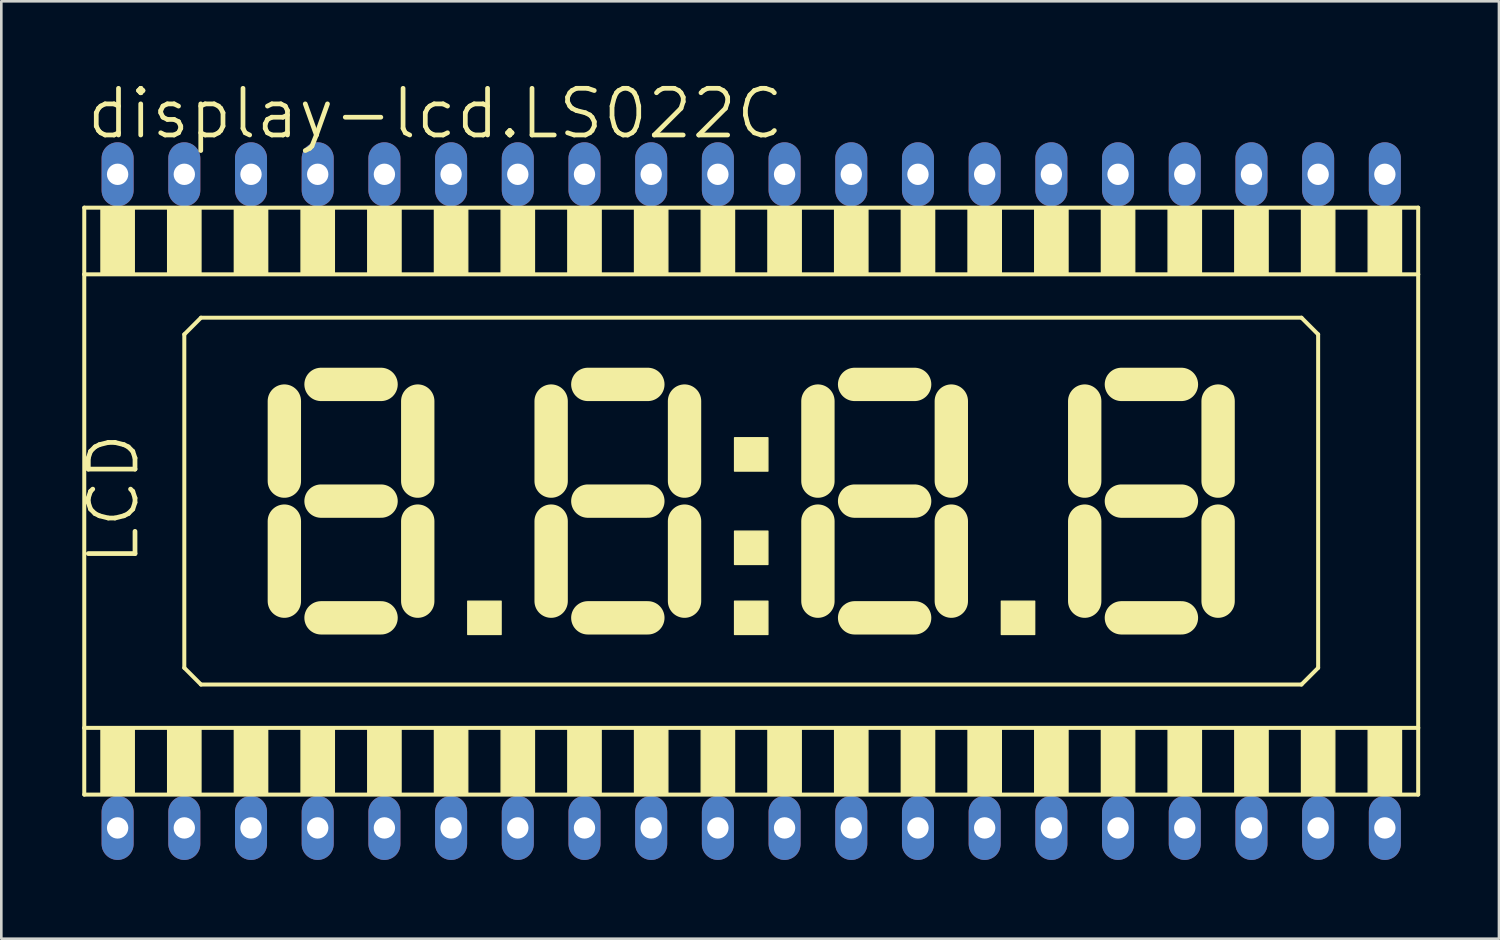
<source format=kicad_pcb>
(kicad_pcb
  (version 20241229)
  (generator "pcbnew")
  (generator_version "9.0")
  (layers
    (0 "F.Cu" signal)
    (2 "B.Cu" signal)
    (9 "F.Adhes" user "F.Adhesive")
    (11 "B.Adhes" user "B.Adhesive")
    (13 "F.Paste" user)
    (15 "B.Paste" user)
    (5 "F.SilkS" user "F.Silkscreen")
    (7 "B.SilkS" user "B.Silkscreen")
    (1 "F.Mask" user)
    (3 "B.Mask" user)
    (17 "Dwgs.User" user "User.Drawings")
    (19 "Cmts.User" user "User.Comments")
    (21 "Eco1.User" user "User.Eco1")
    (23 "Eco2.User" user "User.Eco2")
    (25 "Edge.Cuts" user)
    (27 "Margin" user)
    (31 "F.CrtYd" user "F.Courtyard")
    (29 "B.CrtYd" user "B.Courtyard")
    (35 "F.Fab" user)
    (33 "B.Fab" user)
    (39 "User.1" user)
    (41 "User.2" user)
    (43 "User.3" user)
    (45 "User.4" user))
  (footprint "display-lcd.LS022C"
    (layer "F.Cu")
    (at 25.559 16.034)
    (property "Reference" "display-lcd.LS022C" (at -25.4 -13.716 0) (layer "F.SilkS") (effects (font (size 1.778 1.778) (thickness 0.18)) (justify left bottom)))
    (attr through_hole)
    (fp_line (start -25.4 -11.176) (end -25.4 -8.636) (stroke (width 0.152) (type default)) (layer "F.SilkS"))
    (fp_line (start -25.4 -8.636) (end -25.4 8.636) (stroke (width 0.152) (type default)) (layer "F.SilkS"))
    (fp_line (start -25.4 -8.636) (end 25.4 -8.636) (stroke (width 0.152) (type default)) (layer "F.SilkS"))
    (fp_line (start -25.4 8.636) (end -25.4 11.176) (stroke (width 0.152) (type default)) (layer "F.SilkS"))
    (fp_line (start -25.4 11.176) (end 25.4 11.176) (stroke (width 0.152) (type default)) (layer "F.SilkS"))
    (fp_line (start -21.59 -6.35) (end -21.59 6.35) (stroke (width 0.152) (type default)) (layer "F.SilkS"))
    (fp_line (start -21.59 6.35) (end -20.955 6.985) (stroke (width 0.152) (type default)) (layer "F.SilkS"))
    (fp_line (start -20.955 -6.985) (end -21.59 -6.35) (stroke (width 0.152) (type default)) (layer "F.SilkS"))
    (fp_line (start -20.955 6.985) (end 20.955 6.985) (stroke (width 0.152) (type default)) (layer "F.SilkS"))
    (fp_line (start -17.78 -3.81) (end -17.78 -0.762) (stroke (width 1.27) (type default)) (layer "F.SilkS"))
    (fp_line (start -17.78 0.762) (end -17.78 3.81) (stroke (width 1.27) (type default)) (layer "F.SilkS"))
    (fp_line (start -16.383 -4.445) (end -14.097 -4.445) (stroke (width 1.27) (type default)) (layer "F.SilkS"))
    (fp_line (start -16.383 0) (end -14.097 0) (stroke (width 1.27) (type default)) (layer "F.SilkS"))
    (fp_line (start -16.383 4.445) (end -14.097 4.445) (stroke (width 1.27) (type default)) (layer "F.SilkS"))
    (fp_line (start -12.7 -0.762) (end -12.7 -3.81) (stroke (width 1.27) (type default)) (layer "F.SilkS"))
    (fp_line (start -12.7 3.81) (end -12.7 0.762) (stroke (width 1.27) (type default)) (layer "F.SilkS"))
    (fp_line (start -7.62 -3.81) (end -7.62 -0.762) (stroke (width 1.27) (type default)) (layer "F.SilkS"))
    (fp_line (start -7.62 0.762) (end -7.62 3.81) (stroke (width 1.27) (type default)) (layer "F.SilkS"))
    (fp_line (start -6.223 -4.445) (end -3.937 -4.445) (stroke (width 1.27) (type default)) (layer "F.SilkS"))
    (fp_line (start -6.223 0) (end -3.937 0) (stroke (width 1.27) (type default)) (layer "F.SilkS"))
    (fp_line (start -6.223 4.445) (end -3.937 4.445) (stroke (width 1.27) (type default)) (layer "F.SilkS"))
    (fp_line (start -2.54 -0.762) (end -2.54 -3.81) (stroke (width 1.27) (type default)) (layer "F.SilkS"))
    (fp_line (start -2.54 3.81) (end -2.54 0.762) (stroke (width 1.27) (type default)) (layer "F.SilkS"))
    (fp_line (start 2.54 -3.81) (end 2.54 -0.762) (stroke (width 1.27) (type default)) (layer "F.SilkS"))
    (fp_line (start 2.54 0.762) (end 2.54 3.81) (stroke (width 1.27) (type default)) (layer "F.SilkS"))
    (fp_line (start 3.937 -4.445) (end 6.223 -4.445) (stroke (width 1.27) (type default)) (layer "F.SilkS"))
    (fp_line (start 3.937 0) (end 6.223 0) (stroke (width 1.27) (type default)) (layer "F.SilkS"))
    (fp_line (start 3.937 4.445) (end 6.223 4.445) (stroke (width 1.27) (type default)) (layer "F.SilkS"))
    (fp_line (start 7.62 -0.762) (end 7.62 -3.81) (stroke (width 1.27) (type default)) (layer "F.SilkS"))
    (fp_line (start 7.62 3.81) (end 7.62 0.762) (stroke (width 1.27) (type default)) (layer "F.SilkS"))
    (fp_line (start 12.7 -3.81) (end 12.7 -0.762) (stroke (width 1.27) (type default)) (layer "F.SilkS"))
    (fp_line (start 12.7 0.762) (end 12.7 3.81) (stroke (width 1.27) (type default)) (layer "F.SilkS"))
    (fp_line (start 14.097 -4.445) (end 16.383 -4.445) (stroke (width 1.27) (type default)) (layer "F.SilkS"))
    (fp_line (start 14.097 0) (end 16.383 0) (stroke (width 1.27) (type default)) (layer "F.SilkS"))
    (fp_line (start 14.097 4.445) (end 16.383 4.445) (stroke (width 1.27) (type default)) (layer "F.SilkS"))
    (fp_line (start 17.78 -0.762) (end 17.78 -3.81) (stroke (width 1.27) (type default)) (layer "F.SilkS"))
    (fp_line (start 17.78 3.81) (end 17.78 0.762) (stroke (width 1.27) (type default)) (layer "F.SilkS"))
    (fp_line (start 20.955 -6.985) (end -20.955 -6.985) (stroke (width 0.152) (type default)) (layer "F.SilkS"))
    (fp_line (start 20.955 6.985) (end 21.59 6.35) (stroke (width 0.152) (type default)) (layer "F.SilkS"))
    (fp_line (start 21.59 -6.35) (end 20.955 -6.985) (stroke (width 0.152) (type default)) (layer "F.SilkS"))
    (fp_line (start 21.59 6.35) (end 21.59 -6.35) (stroke (width 0.152) (type default)) (layer "F.SilkS"))
    (fp_line (start 25.4 -11.176) (end -25.4 -11.176) (stroke (width 0.152) (type default)) (layer "F.SilkS"))
    (fp_line (start 25.4 -8.636) (end 25.4 -11.176) (stroke (width 0.152) (type default)) (layer "F.SilkS"))
    (fp_line (start 25.4 8.636) (end -25.4 8.636) (stroke (width 0.152) (type default)) (layer "F.SilkS"))
    (fp_line (start 25.4 8.636) (end 25.4 -8.636) (stroke (width 0.152) (type default)) (layer "F.SilkS"))
    (fp_line (start 25.4 11.176) (end 25.4 8.636) (stroke (width 0.152) (type default)) (layer "F.SilkS"))
    (fp_rect (start -24.765 -8.636) (end -23.495 -11.176) (stroke (width 0.05) (type default)) (fill yes) (layer "F.SilkS"))
    (fp_rect (start -24.765 11.176) (end -23.495 8.636) (stroke (width 0.05) (type default)) (fill yes) (layer "F.SilkS"))
    (fp_rect (start -22.225 -8.636) (end -20.955 -11.176) (stroke (width 0.05) (type default)) (fill yes) (layer "F.SilkS"))
    (fp_rect (start -22.225 11.176) (end -20.955 8.636) (stroke (width 0.05) (type default)) (fill yes) (layer "F.SilkS"))
    (fp_rect (start -19.685 -8.636) (end -18.415 -11.176) (stroke (width 0.05) (type default)) (fill yes) (layer "F.SilkS"))
    (fp_rect (start -19.685 11.176) (end -18.415 8.636) (stroke (width 0.05) (type default)) (fill yes) (layer "F.SilkS"))
    (fp_rect (start -17.145 -8.636) (end -15.875 -11.176) (stroke (width 0.05) (type default)) (fill yes) (layer "F.SilkS"))
    (fp_rect (start -17.145 11.176) (end -15.875 8.636) (stroke (width 0.05) (type default)) (fill yes) (layer "F.SilkS"))
    (fp_rect (start -14.605 -8.636) (end -13.335 -11.176) (stroke (width 0.05) (type default)) (fill yes) (layer "F.SilkS"))
    (fp_rect (start -14.605 11.176) (end -13.335 8.636) (stroke (width 0.05) (type default)) (fill yes) (layer "F.SilkS"))
    (fp_rect (start -12.065 -8.636) (end -10.795 -11.176) (stroke (width 0.05) (type default)) (fill yes) (layer "F.SilkS"))
    (fp_rect (start -12.065 11.176) (end -10.795 8.636) (stroke (width 0.05) (type default)) (fill yes) (layer "F.SilkS"))
    (fp_rect (start -10.795 5.08) (end -9.525 3.81) (stroke (width 0.05) (type default)) (fill yes) (layer "F.SilkS"))
    (fp_rect (start -9.525 -8.636) (end -8.255 -11.176) (stroke (width 0.05) (type default)) (fill yes) (layer "F.SilkS"))
    (fp_rect (start -9.525 11.176) (end -8.255 8.636) (stroke (width 0.05) (type default)) (fill yes) (layer "F.SilkS"))
    (fp_rect (start -6.985 -8.636) (end -5.715 -11.176) (stroke (width 0.05) (type default)) (fill yes) (layer "F.SilkS"))
    (fp_rect (start -6.985 11.176) (end -5.715 8.636) (stroke (width 0.05) (type default)) (fill yes) (layer "F.SilkS"))
    (fp_rect (start -4.445 -8.636) (end -3.175 -11.176) (stroke (width 0.05) (type default)) (fill yes) (layer "F.SilkS"))
    (fp_rect (start -4.445 11.176) (end -3.175 8.636) (stroke (width 0.05) (type default)) (fill yes) (layer "F.SilkS"))
    (fp_rect (start -1.905 -8.636) (end -0.635 -11.176) (stroke (width 0.05) (type default)) (fill yes) (layer "F.SilkS"))
    (fp_rect (start -1.905 11.176) (end -0.635 8.636) (stroke (width 0.05) (type default)) (fill yes) (layer "F.SilkS"))
    (fp_rect (start -0.635 -1.143) (end 0.635 -2.413) (stroke (width 0.05) (type default)) (fill yes) (layer "F.SilkS"))
    (fp_rect (start -0.635 2.413) (end 0.635 1.143) (stroke (width 0.05) (type default)) (fill yes) (layer "F.SilkS"))
    (fp_rect (start -0.635 5.08) (end 0.635 3.81) (stroke (width 0.05) (type default)) (fill yes) (layer "F.SilkS"))
    (fp_rect (start 0.635 -8.636) (end 1.905 -11.176) (stroke (width 0.05) (type default)) (fill yes) (layer "F.SilkS"))
    (fp_rect (start 0.635 11.176) (end 1.905 8.636) (stroke (width 0.05) (type default)) (fill yes) (layer "F.SilkS"))
    (fp_rect (start 3.175 -8.636) (end 4.445 -11.176) (stroke (width 0.05) (type default)) (fill yes) (layer "F.SilkS"))
    (fp_rect (start 3.175 11.176) (end 4.445 8.636) (stroke (width 0.05) (type default)) (fill yes) (layer "F.SilkS"))
    (fp_rect (start 5.715 -8.636) (end 6.985 -11.176) (stroke (width 0.05) (type default)) (fill yes) (layer "F.SilkS"))
    (fp_rect (start 5.715 11.176) (end 6.985 8.636) (stroke (width 0.05) (type default)) (fill yes) (layer "F.SilkS"))
    (fp_rect (start 8.255 -8.636) (end 9.525 -11.176) (stroke (width 0.05) (type default)) (fill yes) (layer "F.SilkS"))
    (fp_rect (start 8.255 11.176) (end 9.525 8.636) (stroke (width 0.05) (type default)) (fill yes) (layer "F.SilkS"))
    (fp_rect (start 9.525 5.08) (end 10.795 3.81) (stroke (width 0.05) (type default)) (fill yes) (layer "F.SilkS"))
    (fp_rect (start 10.795 -8.636) (end 12.065 -11.176) (stroke (width 0.05) (type default)) (fill yes) (layer "F.SilkS"))
    (fp_rect (start 10.795 11.176) (end 12.065 8.636) (stroke (width 0.05) (type default)) (fill yes) (layer "F.SilkS"))
    (fp_rect (start 13.335 -8.636) (end 14.605 -11.176) (stroke (width 0.05) (type default)) (fill yes) (layer "F.SilkS"))
    (fp_rect (start 13.335 11.176) (end 14.605 8.636) (stroke (width 0.05) (type default)) (fill yes) (layer "F.SilkS"))
    (fp_rect (start 15.875 -8.636) (end 17.145 -11.176) (stroke (width 0.05) (type default)) (fill yes) (layer "F.SilkS"))
    (fp_rect (start 15.875 11.176) (end 17.145 8.636) (stroke (width 0.05) (type default)) (fill yes) (layer "F.SilkS"))
    (fp_rect (start 18.415 -8.636) (end 19.685 -11.176) (stroke (width 0.05) (type default)) (fill yes) (layer "F.SilkS"))
    (fp_rect (start 18.415 11.176) (end 19.685 8.636) (stroke (width 0.05) (type default)) (fill yes) (layer "F.SilkS"))
    (fp_rect (start 20.955 -8.636) (end 22.225 -11.176) (stroke (width 0.05) (type default)) (fill yes) (layer "F.SilkS"))
    (fp_rect (start 20.955 11.176) (end 22.225 8.636) (stroke (width 0.05) (type default)) (fill yes) (layer "F.SilkS"))
    (fp_rect (start 23.495 -8.636) (end 24.765 -11.176) (stroke (width 0.05) (type default)) (fill yes) (layer "F.SilkS"))
    (fp_rect (start 23.495 11.176) (end 24.765 8.636) (stroke (width 0.05) (type default)) (fill yes) (layer "F.SilkS"))
    (fp_text user "LCD" (at -23.241 2.54 90) (layer "F.SilkS") (effects (font (size 1.778 1.778) (thickness 0.18)) (justify left bottom)))
    (pad "1" thru_hole oval (at -24.13 12.446 90) (size 2.438 1.219) (drill 0.813) (layers "*.Cu" "*.Mask"))
    (pad "2" thru_hole oval (at -21.59 12.446 90) (size 2.438 1.219) (drill 0.813) (layers "*.Cu" "*.Mask"))
    (pad "3" thru_hole oval (at -19.05 12.446 90) (size 2.438 1.219) (drill 0.813) (layers "*.Cu" "*.Mask"))
    (pad "4" thru_hole oval (at -16.51 12.446 90) (size 2.438 1.219) (drill 0.813) (layers "*.Cu" "*.Mask"))
    (pad "5" thru_hole oval (at -13.97 12.446 90) (size 2.438 1.219) (drill 0.813) (layers "*.Cu" "*.Mask"))
    (pad "6" thru_hole oval (at -11.43 12.446 90) (size 2.438 1.219) (drill 0.813) (layers "*.Cu" "*.Mask"))
    (pad "7" thru_hole oval (at -8.89 12.446 90) (size 2.438 1.219) (drill 0.813) (layers "*.Cu" "*.Mask"))
    (pad "8" thru_hole oval (at -6.35 12.446 90) (size 2.438 1.219) (drill 0.813) (layers "*.Cu" "*.Mask"))
    (pad "9" thru_hole oval (at -3.81 12.446 90) (size 2.438 1.219) (drill 0.813) (layers "*.Cu" "*.Mask"))
    (pad "10" thru_hole oval (at -1.27 12.446 90) (size 2.438 1.219) (drill 0.813) (layers "*.Cu" "*.Mask"))
    (pad "11" thru_hole oval (at 1.27 12.446 90) (size 2.438 1.219) (drill 0.813) (layers "*.Cu" "*.Mask"))
    (pad "12" thru_hole oval (at 3.81 12.446 90) (size 2.438 1.219) (drill 0.813) (layers "*.Cu" "*.Mask"))
    (pad "13" thru_hole oval (at 6.35 12.446 90) (size 2.438 1.219) (drill 0.813) (layers "*.Cu" "*.Mask"))
    (pad "14" thru_hole oval (at 8.89 12.446 90) (size 2.438 1.219) (drill 0.813) (layers "*.Cu" "*.Mask"))
    (pad "15" thru_hole oval (at 11.43 12.446 90) (size 2.438 1.219) (drill 0.813) (layers "*.Cu" "*.Mask"))
    (pad "16" thru_hole oval (at 13.97 12.446 90) (size 2.438 1.219) (drill 0.813) (layers "*.Cu" "*.Mask"))
    (pad "17" thru_hole oval (at 16.51 12.446 90) (size 2.438 1.219) (drill 0.813) (layers "*.Cu" "*.Mask"))
    (pad "18" thru_hole oval (at 19.05 12.446 90) (size 2.438 1.219) (drill 0.813) (layers "*.Cu" "*.Mask"))
    (pad "19" thru_hole oval (at 21.59 12.446 90) (size 2.438 1.219) (drill 0.813) (layers "*.Cu" "*.Mask"))
    (pad "20" thru_hole oval (at 24.13 12.446 90) (size 2.438 1.219) (drill 0.813) (layers "*.Cu" "*.Mask"))
    (pad "21" thru_hole oval (at 24.13 -12.446 90) (size 2.438 1.219) (drill 0.813) (layers "*.Cu" "*.Mask"))
    (pad "22" thru_hole oval (at 21.59 -12.446 90) (size 2.438 1.219) (drill 0.813) (layers "*.Cu" "*.Mask"))
    (pad "23" thru_hole oval (at 19.05 -12.446 90) (size 2.438 1.219) (drill 0.813) (layers "*.Cu" "*.Mask"))
    (pad "24" thru_hole oval (at 16.51 -12.446 90) (size 2.438 1.219) (drill 0.813) (layers "*.Cu" "*.Mask"))
    (pad "25" thru_hole oval (at 13.97 -12.446 90) (size 2.438 1.219) (drill 0.813) (layers "*.Cu" "*.Mask"))
    (pad "26" thru_hole oval (at 11.43 -12.446 90) (size 2.438 1.219) (drill 0.813) (layers "*.Cu" "*.Mask"))
    (pad "27" thru_hole oval (at 8.89 -12.446 90) (size 2.438 1.219) (drill 0.813) (layers "*.Cu" "*.Mask"))
    (pad "28" thru_hole oval (at 6.35 -12.446 90) (size 2.438 1.219) (drill 0.813) (layers "*.Cu" "*.Mask"))
    (pad "29" thru_hole oval (at 3.81 -12.446 90) (size 2.438 1.219) (drill 0.813) (layers "*.Cu" "*.Mask"))
    (pad "30" thru_hole oval (at 1.27 -12.446 90) (size 2.438 1.219) (drill 0.813) (layers "*.Cu" "*.Mask"))
    (pad "31" thru_hole oval (at -1.27 -12.446 90) (size 2.438 1.219) (drill 0.813) (layers "*.Cu" "*.Mask"))
    (pad "32" thru_hole oval (at -3.81 -12.446 90) (size 2.438 1.219) (drill 0.813) (layers "*.Cu" "*.Mask"))
    (pad "33" thru_hole oval (at -6.35 -12.446 90) (size 2.438 1.219) (drill 0.813) (layers "*.Cu" "*.Mask"))
    (pad "34" thru_hole oval (at -8.89 -12.446 90) (size 2.438 1.219) (drill 0.813) (layers "*.Cu" "*.Mask"))
    (pad "35" thru_hole oval (at -11.43 -12.446 90) (size 2.438 1.219) (drill 0.813) (layers "*.Cu" "*.Mask"))
    (pad "36" thru_hole oval (at -13.97 -12.446 90) (size 2.438 1.219) (drill 0.813) (layers "*.Cu" "*.Mask"))
    (pad "37" thru_hole oval (at -16.51 -12.446 90) (size 2.438 1.219) (drill 0.813) (layers "*.Cu" "*.Mask"))
    (pad "38" thru_hole oval (at -19.05 -12.446 90) (size 2.438 1.219) (drill 0.813) (layers "*.Cu" "*.Mask"))
    (pad "39" thru_hole oval (at -21.59 -12.446 90) (size 2.438 1.219) (drill 0.813) (layers "*.Cu" "*.Mask"))
    (pad "40" thru_hole oval (at -24.13 -12.446 90) (size 2.438 1.219) (drill 0.813) (layers "*.Cu" "*.Mask")))
  (gr_rect
    (start -3 -3)
    (end 54.035 32.699)
    (stroke (width 0.1) (type default))
    (fill no)
    (layer "Edge.Cuts")))
</source>
